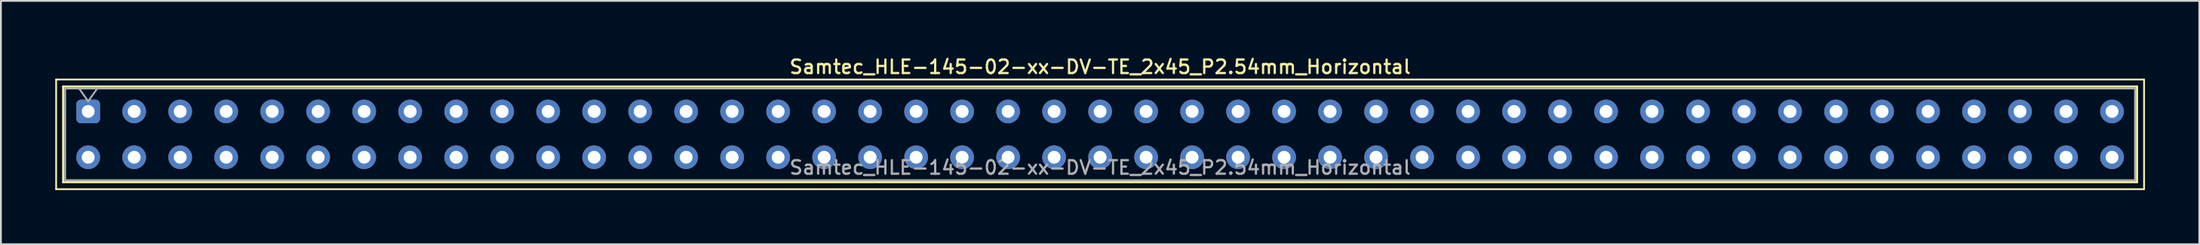
<source format=kicad_pcb>
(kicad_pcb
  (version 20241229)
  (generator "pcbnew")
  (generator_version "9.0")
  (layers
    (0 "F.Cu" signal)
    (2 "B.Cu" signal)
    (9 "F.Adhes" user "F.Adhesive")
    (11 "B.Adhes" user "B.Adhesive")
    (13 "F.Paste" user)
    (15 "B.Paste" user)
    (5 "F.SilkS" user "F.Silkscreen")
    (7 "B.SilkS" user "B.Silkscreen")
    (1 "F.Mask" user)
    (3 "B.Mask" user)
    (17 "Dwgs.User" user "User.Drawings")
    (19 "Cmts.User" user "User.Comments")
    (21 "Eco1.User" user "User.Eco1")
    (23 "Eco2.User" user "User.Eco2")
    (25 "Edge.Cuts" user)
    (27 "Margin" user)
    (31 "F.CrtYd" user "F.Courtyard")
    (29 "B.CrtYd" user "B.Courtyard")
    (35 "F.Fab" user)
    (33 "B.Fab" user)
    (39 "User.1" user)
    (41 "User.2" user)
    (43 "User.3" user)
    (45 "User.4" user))
  (footprint "Samtec_HLE-145-02-xx-DV-TE_2x45_P2.54mm_Horizontal"
    (layer "F.Cu")
    (at 1.82 3.128)
    (property "Reference" "Samtec_HLE-145-02-xx-DV-TE_2x45_P2.54mm_Horizontal" (at 55.88 -2.47 0) (layer "F.SilkS") (effects (font (size 0.75 0.75) (thickness 0.125))))
    (attr through_hole)
    (fp_line (start -1.77 -1.77) (end 113.53 -1.77) (stroke (width 0.1) (type solid)) (layer "F.SilkS"))
    (fp_line (start -1.77 4.31) (end -1.77 -1.77) (stroke (width 0.1) (type solid)) (layer "F.SilkS"))
    (fp_line (start -1.38 -1.38) (end 113.14 -1.38) (stroke (width 0.12) (type solid)) (layer "F.SilkS"))
    (fp_line (start -1.38 3.92) (end -1.38 -1.38) (stroke (width 0.12) (type solid)) (layer "F.SilkS"))
    (fp_line (start 113.14 -1.38) (end 113.14 3.92) (stroke (width 0.12) (type solid)) (layer "F.SilkS"))
    (fp_line (start 113.14 3.92) (end -1.38 3.92) (stroke (width 0.12) (type solid)) (layer "F.SilkS"))
    (fp_line (start 113.53 -1.77) (end 113.53 4.31) (stroke (width 0.1) (type solid)) (layer "F.SilkS"))
    (fp_line (start 113.53 4.31) (end -1.77 4.31) (stroke (width 0.1) (type solid)) (layer "F.SilkS"))
    (fp_line (start -1.27 -1.27) (end 113.03 -1.27) (stroke (width 0.1) (type solid)) (layer "F.Fab"))
    (fp_line (start -1.27 3.81) (end -1.27 -1.27) (stroke (width 0.1) (type solid)) (layer "F.Fab"))
    (fp_line (start -0.5 -1.27) (end 0 -0.563) (stroke (width 0.1) (type solid)) (layer "F.Fab"))
    (fp_line (start 0 -0.563) (end 0.5 -1.27) (stroke (width 0.1) (type solid)) (layer "F.Fab"))
    (fp_line (start 113.03 -1.27) (end 113.03 3.81) (stroke (width 0.1) (type solid)) (layer "F.Fab"))
    (fp_line (start 113.03 3.81) (end -1.27 3.81) (stroke (width 0.1) (type solid)) (layer "F.Fab"))
    (fp_text user "${REFERENCE}" (at 55.88 3.11 0) (layer "F.Fab") (effects (font (size 0.75 0.75) (thickness 0.125))))
    (pad "1" thru_hole roundrect (at 0 0) (size 1.31 1.31) (drill 0.71) (layers "*.Cu" "*.Mask") (roundrect_rratio 0.191))
    (pad "2" thru_hole circle (at 0 2.54) (size 1.31 1.31) (drill 0.71) (layers "*.Cu" "*.Mask"))
    (pad "3" thru_hole circle (at 2.54 0) (size 1.31 1.31) (drill 0.71) (layers "*.Cu" "*.Mask"))
    (pad "4" thru_hole circle (at 2.54 2.54) (size 1.31 1.31) (drill 0.71) (layers "*.Cu" "*.Mask"))
    (pad "5" thru_hole circle (at 5.08 0) (size 1.31 1.31) (drill 0.71) (layers "*.Cu" "*.Mask"))
    (pad "6" thru_hole circle (at 5.08 2.54) (size 1.31 1.31) (drill 0.71) (layers "*.Cu" "*.Mask"))
    (pad "7" thru_hole circle (at 7.62 0) (size 1.31 1.31) (drill 0.71) (layers "*.Cu" "*.Mask"))
    (pad "8" thru_hole circle (at 7.62 2.54) (size 1.31 1.31) (drill 0.71) (layers "*.Cu" "*.Mask"))
    (pad "9" thru_hole circle (at 10.16 0) (size 1.31 1.31) (drill 0.71) (layers "*.Cu" "*.Mask"))
    (pad "10" thru_hole circle (at 10.16 2.54) (size 1.31 1.31) (drill 0.71) (layers "*.Cu" "*.Mask"))
    (pad "11" thru_hole circle (at 12.7 0) (size 1.31 1.31) (drill 0.71) (layers "*.Cu" "*.Mask"))
    (pad "12" thru_hole circle (at 12.7 2.54) (size 1.31 1.31) (drill 0.71) (layers "*.Cu" "*.Mask"))
    (pad "13" thru_hole circle (at 15.24 0) (size 1.31 1.31) (drill 0.71) (layers "*.Cu" "*.Mask"))
    (pad "14" thru_hole circle (at 15.24 2.54) (size 1.31 1.31) (drill 0.71) (layers "*.Cu" "*.Mask"))
    (pad "15" thru_hole circle (at 17.78 0) (size 1.31 1.31) (drill 0.71) (layers "*.Cu" "*.Mask"))
    (pad "16" thru_hole circle (at 17.78 2.54) (size 1.31 1.31) (drill 0.71) (layers "*.Cu" "*.Mask"))
    (pad "17" thru_hole circle (at 20.32 0) (size 1.31 1.31) (drill 0.71) (layers "*.Cu" "*.Mask"))
    (pad "18" thru_hole circle (at 20.32 2.54) (size 1.31 1.31) (drill 0.71) (layers "*.Cu" "*.Mask"))
    (pad "19" thru_hole circle (at 22.86 0) (size 1.31 1.31) (drill 0.71) (layers "*.Cu" "*.Mask"))
    (pad "20" thru_hole circle (at 22.86 2.54) (size 1.31 1.31) (drill 0.71) (layers "*.Cu" "*.Mask"))
    (pad "21" thru_hole circle (at 25.4 0) (size 1.31 1.31) (drill 0.71) (layers "*.Cu" "*.Mask"))
    (pad "22" thru_hole circle (at 25.4 2.54) (size 1.31 1.31) (drill 0.71) (layers "*.Cu" "*.Mask"))
    (pad "23" thru_hole circle (at 27.94 0) (size 1.31 1.31) (drill 0.71) (layers "*.Cu" "*.Mask"))
    (pad "24" thru_hole circle (at 27.94 2.54) (size 1.31 1.31) (drill 0.71) (layers "*.Cu" "*.Mask"))
    (pad "25" thru_hole circle (at 30.48 0) (size 1.31 1.31) (drill 0.71) (layers "*.Cu" "*.Mask"))
    (pad "26" thru_hole circle (at 30.48 2.54) (size 1.31 1.31) (drill 0.71) (layers "*.Cu" "*.Mask"))
    (pad "27" thru_hole circle (at 33.02 0) (size 1.31 1.31) (drill 0.71) (layers "*.Cu" "*.Mask"))
    (pad "28" thru_hole circle (at 33.02 2.54) (size 1.31 1.31) (drill 0.71) (layers "*.Cu" "*.Mask"))
    (pad "29" thru_hole circle (at 35.56 0) (size 1.31 1.31) (drill 0.71) (layers "*.Cu" "*.Mask"))
    (pad "30" thru_hole circle (at 35.56 2.54) (size 1.31 1.31) (drill 0.71) (layers "*.Cu" "*.Mask"))
    (pad "31" thru_hole circle (at 38.1 0) (size 1.31 1.31) (drill 0.71) (layers "*.Cu" "*.Mask"))
    (pad "32" thru_hole circle (at 38.1 2.54) (size 1.31 1.31) (drill 0.71) (layers "*.Cu" "*.Mask"))
    (pad "33" thru_hole circle (at 40.64 0) (size 1.31 1.31) (drill 0.71) (layers "*.Cu" "*.Mask"))
    (pad "34" thru_hole circle (at 40.64 2.54) (size 1.31 1.31) (drill 0.71) (layers "*.Cu" "*.Mask"))
    (pad "35" thru_hole circle (at 43.18 0) (size 1.31 1.31) (drill 0.71) (layers "*.Cu" "*.Mask"))
    (pad "36" thru_hole circle (at 43.18 2.54) (size 1.31 1.31) (drill 0.71) (layers "*.Cu" "*.Mask"))
    (pad "37" thru_hole circle (at 45.72 0) (size 1.31 1.31) (drill 0.71) (layers "*.Cu" "*.Mask"))
    (pad "38" thru_hole circle (at 45.72 2.54) (size 1.31 1.31) (drill 0.71) (layers "*.Cu" "*.Mask"))
    (pad "39" thru_hole circle (at 48.26 0) (size 1.31 1.31) (drill 0.71) (layers "*.Cu" "*.Mask"))
    (pad "40" thru_hole circle (at 48.26 2.54) (size 1.31 1.31) (drill 0.71) (layers "*.Cu" "*.Mask"))
    (pad "41" thru_hole circle (at 50.8 0) (size 1.31 1.31) (drill 0.71) (layers "*.Cu" "*.Mask"))
    (pad "42" thru_hole circle (at 50.8 2.54) (size 1.31 1.31) (drill 0.71) (layers "*.Cu" "*.Mask"))
    (pad "43" thru_hole circle (at 53.34 0) (size 1.31 1.31) (drill 0.71) (layers "*.Cu" "*.Mask"))
    (pad "44" thru_hole circle (at 53.34 2.54) (size 1.31 1.31) (drill 0.71) (layers "*.Cu" "*.Mask"))
    (pad "45" thru_hole circle (at 55.88 0) (size 1.31 1.31) (drill 0.71) (layers "*.Cu" "*.Mask"))
    (pad "46" thru_hole circle (at 55.88 2.54) (size 1.31 1.31) (drill 0.71) (layers "*.Cu" "*.Mask"))
    (pad "47" thru_hole circle (at 58.42 0) (size 1.31 1.31) (drill 0.71) (layers "*.Cu" "*.Mask"))
    (pad "48" thru_hole circle (at 58.42 2.54) (size 1.31 1.31) (drill 0.71) (layers "*.Cu" "*.Mask"))
    (pad "49" thru_hole circle (at 60.96 0) (size 1.31 1.31) (drill 0.71) (layers "*.Cu" "*.Mask"))
    (pad "50" thru_hole circle (at 60.96 2.54) (size 1.31 1.31) (drill 0.71) (layers "*.Cu" "*.Mask"))
    (pad "51" thru_hole circle (at 63.5 0) (size 1.31 1.31) (drill 0.71) (layers "*.Cu" "*.Mask"))
    (pad "52" thru_hole circle (at 63.5 2.54) (size 1.31 1.31) (drill 0.71) (layers "*.Cu" "*.Mask"))
    (pad "53" thru_hole circle (at 66.04 0) (size 1.31 1.31) (drill 0.71) (layers "*.Cu" "*.Mask"))
    (pad "54" thru_hole circle (at 66.04 2.54) (size 1.31 1.31) (drill 0.71) (layers "*.Cu" "*.Mask"))
    (pad "55" thru_hole circle (at 68.58 0) (size 1.31 1.31) (drill 0.71) (layers "*.Cu" "*.Mask"))
    (pad "56" thru_hole circle (at 68.58 2.54) (size 1.31 1.31) (drill 0.71) (layers "*.Cu" "*.Mask"))
    (pad "57" thru_hole circle (at 71.12 0) (size 1.31 1.31) (drill 0.71) (layers "*.Cu" "*.Mask"))
    (pad "58" thru_hole circle (at 71.12 2.54) (size 1.31 1.31) (drill 0.71) (layers "*.Cu" "*.Mask"))
    (pad "59" thru_hole circle (at 73.66 0) (size 1.31 1.31) (drill 0.71) (layers "*.Cu" "*.Mask"))
    (pad "60" thru_hole circle (at 73.66 2.54) (size 1.31 1.31) (drill 0.71) (layers "*.Cu" "*.Mask"))
    (pad "61" thru_hole circle (at 76.2 0) (size 1.31 1.31) (drill 0.71) (layers "*.Cu" "*.Mask"))
    (pad "62" thru_hole circle (at 76.2 2.54) (size 1.31 1.31) (drill 0.71) (layers "*.Cu" "*.Mask"))
    (pad "63" thru_hole circle (at 78.74 0) (size 1.31 1.31) (drill 0.71) (layers "*.Cu" "*.Mask"))
    (pad "64" thru_hole circle (at 78.74 2.54) (size 1.31 1.31) (drill 0.71) (layers "*.Cu" "*.Mask"))
    (pad "65" thru_hole circle (at 81.28 0) (size 1.31 1.31) (drill 0.71) (layers "*.Cu" "*.Mask"))
    (pad "66" thru_hole circle (at 81.28 2.54) (size 1.31 1.31) (drill 0.71) (layers "*.Cu" "*.Mask"))
    (pad "67" thru_hole circle (at 83.82 0) (size 1.31 1.31) (drill 0.71) (layers "*.Cu" "*.Mask"))
    (pad "68" thru_hole circle (at 83.82 2.54) (size 1.31 1.31) (drill 0.71) (layers "*.Cu" "*.Mask"))
    (pad "69" thru_hole circle (at 86.36 0) (size 1.31 1.31) (drill 0.71) (layers "*.Cu" "*.Mask"))
    (pad "70" thru_hole circle (at 86.36 2.54) (size 1.31 1.31) (drill 0.71) (layers "*.Cu" "*.Mask"))
    (pad "71" thru_hole circle (at 88.9 0) (size 1.31 1.31) (drill 0.71) (layers "*.Cu" "*.Mask"))
    (pad "72" thru_hole circle (at 88.9 2.54) (size 1.31 1.31) (drill 0.71) (layers "*.Cu" "*.Mask"))
    (pad "73" thru_hole circle (at 91.44 0) (size 1.31 1.31) (drill 0.71) (layers "*.Cu" "*.Mask"))
    (pad "74" thru_hole circle (at 91.44 2.54) (size 1.31 1.31) (drill 0.71) (layers "*.Cu" "*.Mask"))
    (pad "75" thru_hole circle (at 93.98 0) (size 1.31 1.31) (drill 0.71) (layers "*.Cu" "*.Mask"))
    (pad "76" thru_hole circle (at 93.98 2.54) (size 1.31 1.31) (drill 0.71) (layers "*.Cu" "*.Mask"))
    (pad "77" thru_hole circle (at 96.52 0) (size 1.31 1.31) (drill 0.71) (layers "*.Cu" "*.Mask"))
    (pad "78" thru_hole circle (at 96.52 2.54) (size 1.31 1.31) (drill 0.71) (layers "*.Cu" "*.Mask"))
    (pad "79" thru_hole circle (at 99.06 0) (size 1.31 1.31) (drill 0.71) (layers "*.Cu" "*.Mask"))
    (pad "80" thru_hole circle (at 99.06 2.54) (size 1.31 1.31) (drill 0.71) (layers "*.Cu" "*.Mask"))
    (pad "81" thru_hole circle (at 101.6 0) (size 1.31 1.31) (drill 0.71) (layers "*.Cu" "*.Mask"))
    (pad "82" thru_hole circle (at 101.6 2.54) (size 1.31 1.31) (drill 0.71) (layers "*.Cu" "*.Mask"))
    (pad "83" thru_hole circle (at 104.14 0) (size 1.31 1.31) (drill 0.71) (layers "*.Cu" "*.Mask"))
    (pad "84" thru_hole circle (at 104.14 2.54) (size 1.31 1.31) (drill 0.71) (layers "*.Cu" "*.Mask"))
    (pad "85" thru_hole circle (at 106.68 0) (size 1.31 1.31) (drill 0.71) (layers "*.Cu" "*.Mask"))
    (pad "86" thru_hole circle (at 106.68 2.54) (size 1.31 1.31) (drill 0.71) (layers "*.Cu" "*.Mask"))
    (pad "87" thru_hole circle (at 109.22 0) (size 1.31 1.31) (drill 0.71) (layers "*.Cu" "*.Mask"))
    (pad "88" thru_hole circle (at 109.22 2.54) (size 1.31 1.31) (drill 0.71) (layers "*.Cu" "*.Mask"))
    (pad "89" thru_hole circle (at 111.76 0) (size 1.31 1.31) (drill 0.71) (layers "*.Cu" "*.Mask"))
    (pad "90" thru_hole circle (at 111.76 2.54) (size 1.31 1.31) (drill 0.71) (layers "*.Cu" "*.Mask")))
  (gr_rect
    (start -3 -3)
    (end 118.4 10.488)
    (stroke (width 0.1) (type default))
    (fill no)
    (layer "Edge.Cuts")))
</source>
